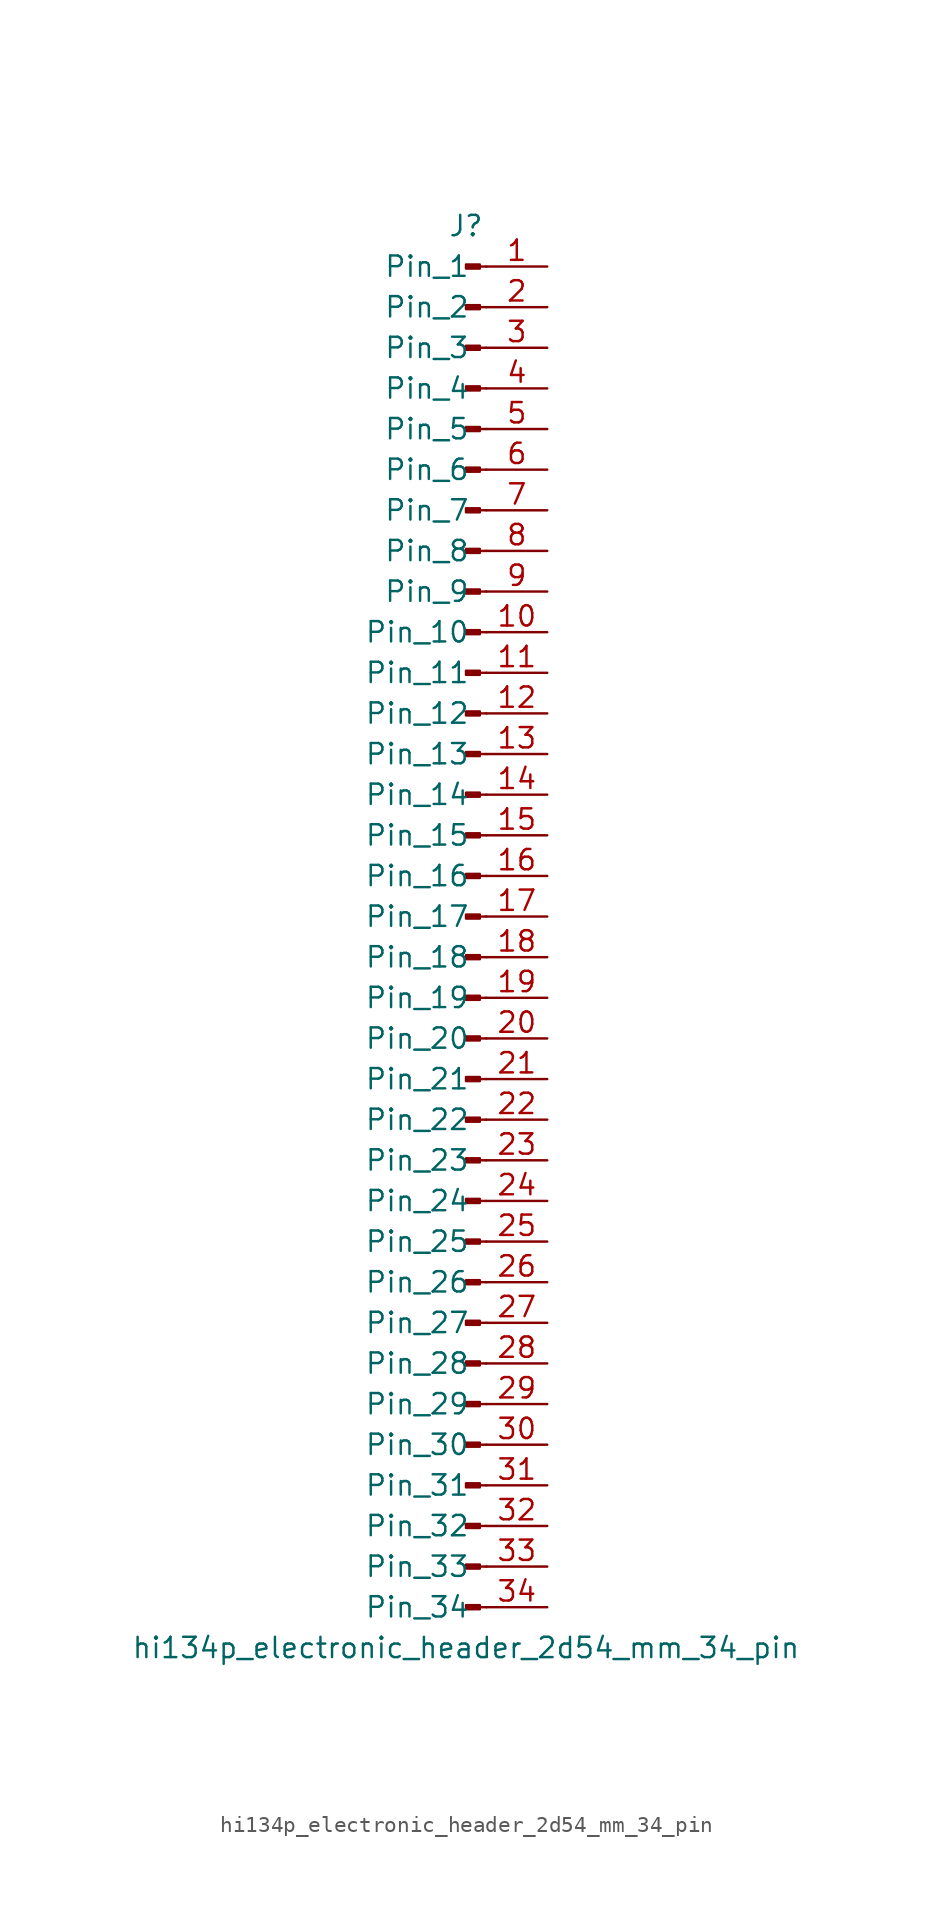
<source format=kicad_sym>
(kicad_symbol_lib
  (version 20220914)
  (generator kicad_symbol_editor)
  (symbol "hi134p_electronic_header_2d54_mm_34_pin"
    (pin_names
      (offset 1.016))
    (property "Reference" "J"
      (at 0 43.18 0)
      (effects (font (size 1.27 1.27))))
    (property "Value" "hi134p_electronic_header_2d54_mm_34_pin"
      (at 0 -45.72 0)
      (effects (font (size 1.27 1.27))))
    (property "ki_locked" ""
      (at 0 0 0)
      (effects (font (size 1.27 1.27))))
    (symbol "hi134p_electronic_header_2d54_mm_34_pin_1_1"
      (polyline (pts (xy 1.27 -43.18) (xy 0.864 -43.18)) (stroke (width 0.152) (type default)) (fill (type none)))
      (polyline (pts (xy 1.27 -40.64) (xy 0.864 -40.64)) (stroke (width 0.152) (type default)) (fill (type none)))
      (polyline (pts (xy 1.27 -38.1) (xy 0.864 -38.1)) (stroke (width 0.152) (type default)) (fill (type none)))
      (polyline (pts (xy 1.27 -35.56) (xy 0.864 -35.56)) (stroke (width 0.152) (type default)) (fill (type none)))
      (polyline (pts (xy 1.27 -33.02) (xy 0.864 -33.02)) (stroke (width 0.152) (type default)) (fill (type none)))
      (polyline (pts (xy 1.27 -30.48) (xy 0.864 -30.48)) (stroke (width 0.152) (type default)) (fill (type none)))
      (polyline (pts (xy 1.27 -27.94) (xy 0.864 -27.94)) (stroke (width 0.152) (type default)) (fill (type none)))
      (polyline (pts (xy 1.27 -25.4) (xy 0.864 -25.4)) (stroke (width 0.152) (type default)) (fill (type none)))
      (polyline (pts (xy 1.27 -22.86) (xy 0.864 -22.86)) (stroke (width 0.152) (type default)) (fill (type none)))
      (polyline (pts (xy 1.27 -20.32) (xy 0.864 -20.32)) (stroke (width 0.152) (type default)) (fill (type none)))
      (polyline (pts (xy 1.27 -17.78) (xy 0.864 -17.78)) (stroke (width 0.152) (type default)) (fill (type none)))
      (polyline (pts (xy 1.27 -15.24) (xy 0.864 -15.24)) (stroke (width 0.152) (type default)) (fill (type none)))
      (polyline (pts (xy 1.27 -12.7) (xy 0.864 -12.7)) (stroke (width 0.152) (type default)) (fill (type none)))
      (polyline (pts (xy 1.27 -10.16) (xy 0.864 -10.16)) (stroke (width 0.152) (type default)) (fill (type none)))
      (polyline (pts (xy 1.27 -7.62) (xy 0.864 -7.62)) (stroke (width 0.152) (type default)) (fill (type none)))
      (polyline (pts (xy 1.27 -5.08) (xy 0.864 -5.08)) (stroke (width 0.152) (type default)) (fill (type none)))
      (polyline (pts (xy 1.27 -2.54) (xy 0.864 -2.54)) (stroke (width 0.152) (type default)) (fill (type none)))
      (polyline (pts (xy 1.27 0) (xy 0.864 0)) (stroke (width 0.152) (type default)) (fill (type none)))
      (polyline (pts (xy 1.27 2.54) (xy 0.864 2.54)) (stroke (width 0.152) (type default)) (fill (type none)))
      (polyline (pts (xy 1.27 5.08) (xy 0.864 5.08)) (stroke (width 0.152) (type default)) (fill (type none)))
      (polyline (pts (xy 1.27 7.62) (xy 0.864 7.62)) (stroke (width 0.152) (type default)) (fill (type none)))
      (polyline (pts (xy 1.27 10.16) (xy 0.864 10.16)) (stroke (width 0.152) (type default)) (fill (type none)))
      (polyline (pts (xy 1.27 12.7) (xy 0.864 12.7)) (stroke (width 0.152) (type default)) (fill (type none)))
      (polyline (pts (xy 1.27 15.24) (xy 0.864 15.24)) (stroke (width 0.152) (type default)) (fill (type none)))
      (polyline (pts (xy 1.27 17.78) (xy 0.864 17.78)) (stroke (width 0.152) (type default)) (fill (type none)))
      (polyline (pts (xy 1.27 20.32) (xy 0.864 20.32)) (stroke (width 0.152) (type default)) (fill (type none)))
      (polyline (pts (xy 1.27 22.86) (xy 0.864 22.86)) (stroke (width 0.152) (type default)) (fill (type none)))
      (polyline (pts (xy 1.27 25.4) (xy 0.864 25.4)) (stroke (width 0.152) (type default)) (fill (type none)))
      (polyline (pts (xy 1.27 27.94) (xy 0.864 27.94)) (stroke (width 0.152) (type default)) (fill (type none)))
      (polyline (pts (xy 1.27 30.48) (xy 0.864 30.48)) (stroke (width 0.152) (type default)) (fill (type none)))
      (polyline (pts (xy 1.27 33.02) (xy 0.864 33.02)) (stroke (width 0.152) (type default)) (fill (type none)))
      (polyline (pts (xy 1.27 35.56) (xy 0.864 35.56)) (stroke (width 0.152) (type default)) (fill (type none)))
      (polyline (pts (xy 1.27 38.1) (xy 0.864 38.1)) (stroke (width 0.152) (type default)) (fill (type none)))
      (polyline (pts (xy 1.27 40.64) (xy 0.864 40.64)) (stroke (width 0.152) (type default)) (fill (type none)))
      (rectangle (start 0.864 -43.053) (end 0 -43.307) (stroke (width 0.152) (type default)) (fill (type outline)))
      (rectangle (start 0.864 -40.513) (end 0 -40.767) (stroke (width 0.152) (type default)) (fill (type outline)))
      (rectangle (start 0.864 -37.973) (end 0 -38.227) (stroke (width 0.152) (type default)) (fill (type outline)))
      (rectangle (start 0.864 -35.433) (end 0 -35.687) (stroke (width 0.152) (type default)) (fill (type outline)))
      (rectangle (start 0.864 -32.893) (end 0 -33.147) (stroke (width 0.152) (type default)) (fill (type outline)))
      (rectangle (start 0.864 -30.353) (end 0 -30.607) (stroke (width 0.152) (type default)) (fill (type outline)))
      (rectangle (start 0.864 -27.813) (end 0 -28.067) (stroke (width 0.152) (type default)) (fill (type outline)))
      (rectangle (start 0.864 -25.273) (end 0 -25.527) (stroke (width 0.152) (type default)) (fill (type outline)))
      (rectangle (start 0.864 -22.733) (end 0 -22.987) (stroke (width 0.152) (type default)) (fill (type outline)))
      (rectangle (start 0.864 -20.193) (end 0 -20.447) (stroke (width 0.152) (type default)) (fill (type outline)))
      (rectangle (start 0.864 -17.653) (end 0 -17.907) (stroke (width 0.152) (type default)) (fill (type outline)))
      (rectangle (start 0.864 -15.113) (end 0 -15.367) (stroke (width 0.152) (type default)) (fill (type outline)))
      (rectangle (start 0.864 -12.573) (end 0 -12.827) (stroke (width 0.152) (type default)) (fill (type outline)))
      (rectangle (start 0.864 -10.033) (end 0 -10.287) (stroke (width 0.152) (type default)) (fill (type outline)))
      (rectangle (start 0.864 -7.493) (end 0 -7.747) (stroke (width 0.152) (type default)) (fill (type outline)))
      (rectangle (start 0.864 -4.953) (end 0 -5.207) (stroke (width 0.152) (type default)) (fill (type outline)))
      (rectangle (start 0.864 -2.413) (end 0 -2.667) (stroke (width 0.152) (type default)) (fill (type outline)))
      (rectangle (start 0.864 0.127) (end 0 -0.127) (stroke (width 0.152) (type default)) (fill (type outline)))
      (rectangle (start 0.864 2.667) (end 0 2.413) (stroke (width 0.152) (type default)) (fill (type outline)))
      (rectangle (start 0.864 5.207) (end 0 4.953) (stroke (width 0.152) (type default)) (fill (type outline)))
      (rectangle (start 0.864 7.747) (end 0 7.493) (stroke (width 0.152) (type default)) (fill (type outline)))
      (rectangle (start 0.864 10.287) (end 0 10.033) (stroke (width 0.152) (type default)) (fill (type outline)))
      (rectangle (start 0.864 12.827) (end 0 12.573) (stroke (width 0.152) (type default)) (fill (type outline)))
      (rectangle (start 0.864 15.367) (end 0 15.113) (stroke (width 0.152) (type default)) (fill (type outline)))
      (rectangle (start 0.864 17.907) (end 0 17.653) (stroke (width 0.152) (type default)) (fill (type outline)))
      (rectangle (start 0.864 20.447) (end 0 20.193) (stroke (width 0.152) (type default)) (fill (type outline)))
      (rectangle (start 0.864 22.987) (end 0 22.733) (stroke (width 0.152) (type default)) (fill (type outline)))
      (rectangle (start 0.864 25.527) (end 0 25.273) (stroke (width 0.152) (type default)) (fill (type outline)))
      (rectangle (start 0.864 28.067) (end 0 27.813) (stroke (width 0.152) (type default)) (fill (type outline)))
      (rectangle (start 0.864 30.607) (end 0 30.353) (stroke (width 0.152) (type default)) (fill (type outline)))
      (rectangle (start 0.864 33.147) (end 0 32.893) (stroke (width 0.152) (type default)) (fill (type outline)))
      (rectangle (start 0.864 35.687) (end 0 35.433) (stroke (width 0.152) (type default)) (fill (type outline)))
      (rectangle (start 0.864 38.227) (end 0 37.973) (stroke (width 0.152) (type default)) (fill (type outline)))
      (rectangle (start 0.864 40.767) (end 0 40.513) (stroke (width 0.152) (type default)) (fill (type outline)))
      (pin passive line (at 5.08 40.64 180) (length 3.81) (name "Pin_1" (effects (font (size 1.27 1.27)))) (number "1" (effects (font (size 1.27 1.27)))))
      (pin passive line (at 5.08 17.78 180) (length 3.81) (name "Pin_10" (effects (font (size 1.27 1.27)))) (number "10" (effects (font (size 1.27 1.27)))))
      (pin passive line (at 5.08 15.24 180) (length 3.81) (name "Pin_11" (effects (font (size 1.27 1.27)))) (number "11" (effects (font (size 1.27 1.27)))))
      (pin passive line (at 5.08 12.7 180) (length 3.81) (name "Pin_12" (effects (font (size 1.27 1.27)))) (number "12" (effects (font (size 1.27 1.27)))))
      (pin passive line (at 5.08 10.16 180) (length 3.81) (name "Pin_13" (effects (font (size 1.27 1.27)))) (number "13" (effects (font (size 1.27 1.27)))))
      (pin passive line (at 5.08 7.62 180) (length 3.81) (name "Pin_14" (effects (font (size 1.27 1.27)))) (number "14" (effects (font (size 1.27 1.27)))))
      (pin passive line (at 5.08 5.08 180) (length 3.81) (name "Pin_15" (effects (font (size 1.27 1.27)))) (number "15" (effects (font (size 1.27 1.27)))))
      (pin passive line (at 5.08 2.54 180) (length 3.81) (name "Pin_16" (effects (font (size 1.27 1.27)))) (number "16" (effects (font (size 1.27 1.27)))))
      (pin passive line (at 5.08 0 180) (length 3.81) (name "Pin_17" (effects (font (size 1.27 1.27)))) (number "17" (effects (font (size 1.27 1.27)))))
      (pin passive line (at 5.08 -2.54 180) (length 3.81) (name "Pin_18" (effects (font (size 1.27 1.27)))) (number "18" (effects (font (size 1.27 1.27)))))
      (pin passive line (at 5.08 -5.08 180) (length 3.81) (name "Pin_19" (effects (font (size 1.27 1.27)))) (number "19" (effects (font (size 1.27 1.27)))))
      (pin passive line (at 5.08 38.1 180) (length 3.81) (name "Pin_2" (effects (font (size 1.27 1.27)))) (number "2" (effects (font (size 1.27 1.27)))))
      (pin passive line (at 5.08 -7.62 180) (length 3.81) (name "Pin_20" (effects (font (size 1.27 1.27)))) (number "20" (effects (font (size 1.27 1.27)))))
      (pin passive line (at 5.08 -10.16 180) (length 3.81) (name "Pin_21" (effects (font (size 1.27 1.27)))) (number "21" (effects (font (size 1.27 1.27)))))
      (pin passive line (at 5.08 -12.7 180) (length 3.81) (name "Pin_22" (effects (font (size 1.27 1.27)))) (number "22" (effects (font (size 1.27 1.27)))))
      (pin passive line (at 5.08 -15.24 180) (length 3.81) (name "Pin_23" (effects (font (size 1.27 1.27)))) (number "23" (effects (font (size 1.27 1.27)))))
      (pin passive line (at 5.08 -17.78 180) (length 3.81) (name "Pin_24" (effects (font (size 1.27 1.27)))) (number "24" (effects (font (size 1.27 1.27)))))
      (pin passive line (at 5.08 -20.32 180) (length 3.81) (name "Pin_25" (effects (font (size 1.27 1.27)))) (number "25" (effects (font (size 1.27 1.27)))))
      (pin passive line (at 5.08 -22.86 180) (length 3.81) (name "Pin_26" (effects (font (size 1.27 1.27)))) (number "26" (effects (font (size 1.27 1.27)))))
      (pin passive line (at 5.08 -25.4 180) (length 3.81) (name "Pin_27" (effects (font (size 1.27 1.27)))) (number "27" (effects (font (size 1.27 1.27)))))
      (pin passive line (at 5.08 -27.94 180) (length 3.81) (name "Pin_28" (effects (font (size 1.27 1.27)))) (number "28" (effects (font (size 1.27 1.27)))))
      (pin passive line (at 5.08 -30.48 180) (length 3.81) (name "Pin_29" (effects (font (size 1.27 1.27)))) (number "29" (effects (font (size 1.27 1.27)))))
      (pin passive line (at 5.08 35.56 180) (length 3.81) (name "Pin_3" (effects (font (size 1.27 1.27)))) (number "3" (effects (font (size 1.27 1.27)))))
      (pin passive line (at 5.08 -33.02 180) (length 3.81) (name "Pin_30" (effects (font (size 1.27 1.27)))) (number "30" (effects (font (size 1.27 1.27)))))
      (pin passive line (at 5.08 -35.56 180) (length 3.81) (name "Pin_31" (effects (font (size 1.27 1.27)))) (number "31" (effects (font (size 1.27 1.27)))))
      (pin passive line (at 5.08 -38.1 180) (length 3.81) (name "Pin_32" (effects (font (size 1.27 1.27)))) (number "32" (effects (font (size 1.27 1.27)))))
      (pin passive line (at 5.08 -40.64 180) (length 3.81) (name "Pin_33" (effects (font (size 1.27 1.27)))) (number "33" (effects (font (size 1.27 1.27)))))
      (pin passive line (at 5.08 -43.18 180) (length 3.81) (name "Pin_34" (effects (font (size 1.27 1.27)))) (number "34" (effects (font (size 1.27 1.27)))))
      (pin passive line (at 5.08 33.02 180) (length 3.81) (name "Pin_4" (effects (font (size 1.27 1.27)))) (number "4" (effects (font (size 1.27 1.27)))))
      (pin passive line (at 5.08 30.48 180) (length 3.81) (name "Pin_5" (effects (font (size 1.27 1.27)))) (number "5" (effects (font (size 1.27 1.27)))))
      (pin passive line (at 5.08 27.94 180) (length 3.81) (name "Pin_6" (effects (font (size 1.27 1.27)))) (number "6" (effects (font (size 1.27 1.27)))))
      (pin passive line (at 5.08 25.4 180) (length 3.81) (name "Pin_7" (effects (font (size 1.27 1.27)))) (number "7" (effects (font (size 1.27 1.27)))))
      (pin passive line (at 5.08 22.86 180) (length 3.81) (name "Pin_8" (effects (font (size 1.27 1.27)))) (number "8" (effects (font (size 1.27 1.27)))))
      (pin passive line (at 5.08 20.32 180) (length 3.81) (name "Pin_9" (effects (font (size 1.27 1.27)))) (number "9" (effects (font (size 1.27 1.27))))))))
</source>
